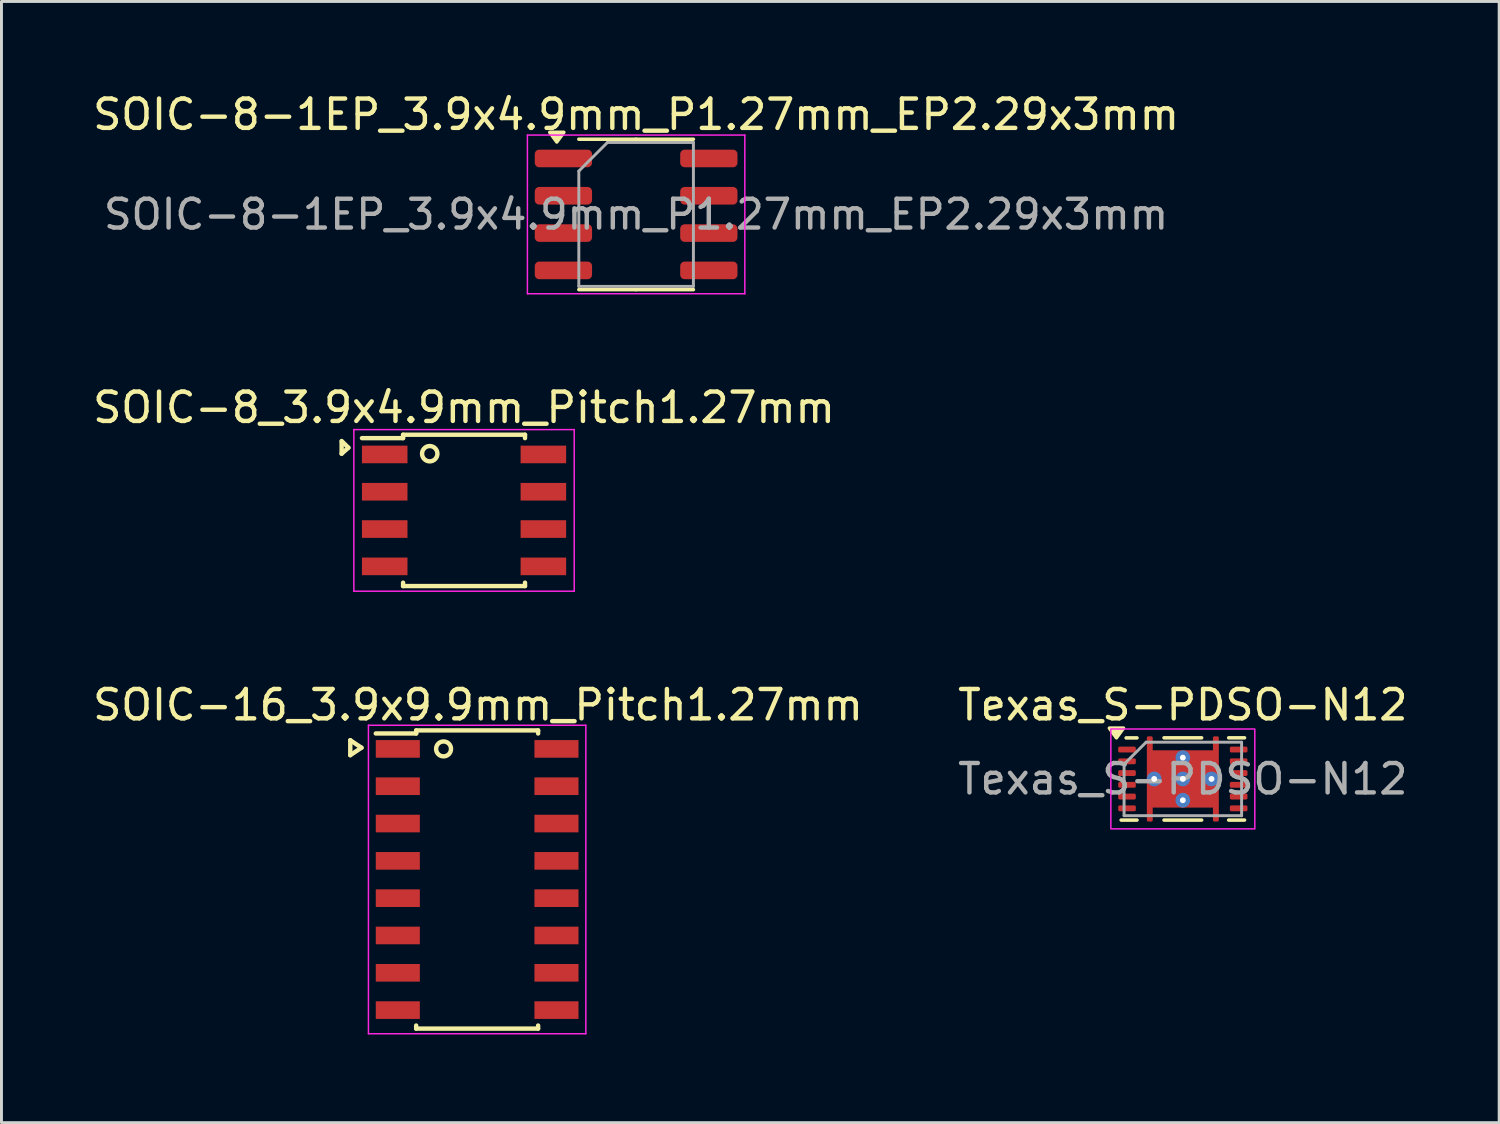
<source format=kicad_pcb>
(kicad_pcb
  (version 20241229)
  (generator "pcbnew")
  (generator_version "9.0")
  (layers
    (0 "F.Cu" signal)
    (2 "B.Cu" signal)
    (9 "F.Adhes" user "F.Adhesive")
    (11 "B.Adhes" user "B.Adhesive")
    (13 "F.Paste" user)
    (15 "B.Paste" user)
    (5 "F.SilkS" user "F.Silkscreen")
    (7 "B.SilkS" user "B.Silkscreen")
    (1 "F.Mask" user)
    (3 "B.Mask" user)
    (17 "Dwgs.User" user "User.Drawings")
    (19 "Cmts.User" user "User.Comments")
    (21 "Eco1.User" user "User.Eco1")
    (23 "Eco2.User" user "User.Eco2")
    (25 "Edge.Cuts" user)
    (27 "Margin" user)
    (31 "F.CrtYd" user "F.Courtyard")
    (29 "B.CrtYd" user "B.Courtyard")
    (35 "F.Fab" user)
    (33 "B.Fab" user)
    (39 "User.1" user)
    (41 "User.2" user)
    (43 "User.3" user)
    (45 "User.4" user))
  (footprint "Texas_S-PDSO-N12"
    (layer "F.Cu")
    (at 37.209 23.462)
    (property "Reference" "Texas_S-PDSO-N12" (at -0.001 -2.517 0) (layer "F.SilkS") (effects (font (size 1 1) (thickness 0.15))))
    (attr smd)
    (fp_line (start -1.56 -1.397) (end -1.93 -1.397) (stroke (width 0.12) (type solid)) (layer "F.SilkS"))
    (fp_line (start -1.56 1.4) (end -2.1 1.4) (stroke (width 0.12) (type solid)) (layer "F.SilkS"))
    (fp_line (start 0.64 -1.4) (end -0.64 -1.4) (stroke (width 0.12) (type solid)) (layer "F.SilkS"))
    (fp_line (start 0.64 1.4) (end -0.64 1.4) (stroke (width 0.12) (type solid)) (layer "F.SilkS"))
    (fp_line (start 1.56 -1.4) (end 2.1 -1.4) (stroke (width 0.12) (type solid)) (layer "F.SilkS"))
    (fp_line (start 1.56 1.4) (end 2.1 1.4) (stroke (width 0.12) (type solid)) (layer "F.SilkS"))
    (fp_poly (pts (xy -2.26 -1.4) (xy -2.5 -1.73) (xy -2.02 -1.73) (xy -2.26 -1.4)) (stroke (width 0.12) (type solid)) (fill yes) (layer "F.SilkS"))
    (fp_rect (start -2.45 -1.7) (end 2.45 1.7) (stroke (width 0.05) (type default)) (fill no) (layer "F.CrtYd"))
    (fp_line (start -2 -0.5) (end -2 1.25) (stroke (width 0.1) (type solid)) (layer "F.Fab"))
    (fp_line (start -2 -0.5) (end -1.25 -1.25) (stroke (width 0.1) (type solid)) (layer "F.Fab"))
    (fp_line (start -2 1.25) (end 2 1.25) (stroke (width 0.1) (type solid)) (layer "F.Fab"))
    (fp_line (start -1.25 -1.25) (end 2 -1.25) (stroke (width 0.1) (type solid)) (layer "F.Fab"))
    (fp_line (start 2 1.25) (end 2 -1.25) (stroke (width 0.1) (type solid)) (layer "F.Fab"))
    (fp_text user "${REFERENCE}" (at -0.001 0.003 0) (layer "F.Fab") (effects (font (size 1 1) (thickness 0.15))))
    (pad "" smd roundrect (at -1.125 -1.262) (size 0.2 0.375) (layers "F.Paste") (roundrect_rratio 0.25))
    (pad "" smd roundrect (at -1.125 1.262) (size 0.2 0.375) (layers "F.Paste") (roundrect_rratio 0.25))
    (pad "" smd roundrect (at -0.64 0) (size 1.08 1.75) (layers "F.Paste") (roundrect_rratio 0.25))
    (pad "" smd roundrect (at 0.64 0) (size 1.08 1.75) (layers "F.Paste") (roundrect_rratio 0.25))
    (pad "" smd roundrect (at 1.125 -1.262) (size 0.2 0.375) (layers "F.Paste") (roundrect_rratio 0.25))
    (pad "" smd roundrect (at 1.125 1.262) (size 0.2 0.375) (layers "F.Paste") (roundrect_rratio 0.25))
    (pad "1" smd roundrect (at -1.9 -1) (size 0.6 0.2) (layers "F.Cu" "F.Mask" "F.Paste") (roundrect_rratio 0.25) (chamfer_ratio 0.2) (chamfer))
    (pad "2" smd roundrect (at -1.9 -0.6) (size 0.6 0.2) (layers "F.Cu" "F.Mask" "F.Paste") (roundrect_rratio 0.25) (chamfer_ratio 0.2) (chamfer))
    (pad "3" smd roundrect (at -1.9 -0.2) (size 0.6 0.2) (layers "F.Cu" "F.Mask" "F.Paste") (roundrect_rratio 0.25) (chamfer_ratio 0.2) (chamfer))
    (pad "4" smd roundrect (at -1.9 0.2) (size 0.6 0.2) (layers "F.Cu" "F.Mask" "F.Paste") (roundrect_rratio 0.25) (chamfer_ratio 0.2) (chamfer))
    (pad "5" smd roundrect (at -1.9 0.6) (size 0.6 0.2) (layers "F.Cu" "F.Mask" "F.Paste") (roundrect_rratio 0.25) (chamfer_ratio 0.2) (chamfer))
    (pad "6" smd roundrect (at -1.9 1) (size 0.6 0.2) (layers "F.Cu" "F.Mask" "F.Paste") (roundrect_rratio 0.25) (chamfer_ratio 0.2) (chamfer))
    (pad "7" smd roundrect (at 1.9 1) (size 0.6 0.2) (layers "F.Cu" "F.Mask" "F.Paste") (roundrect_rratio 0.25) (chamfer_ratio 0.2) (chamfer))
    (pad "8" smd roundrect (at 1.9 0.6) (size 0.6 0.2) (layers "F.Cu" "F.Mask" "F.Paste") (roundrect_rratio 0.25) (chamfer_ratio 0.2) (chamfer))
    (pad "9" smd roundrect (at 1.9 0.2) (size 0.6 0.2) (layers "F.Cu" "F.Mask" "F.Paste") (roundrect_rratio 0.25) (chamfer_ratio 0.2) (chamfer))
    (pad "10" smd roundrect (at 1.9 -0.2) (size 0.6 0.2) (layers "F.Cu" "F.Mask" "F.Paste") (roundrect_rratio 0.25) (chamfer_ratio 0.2) (chamfer))
    (pad "11" smd roundrect (at 1.9 -0.6) (size 0.6 0.2) (layers "F.Cu" "F.Mask" "F.Paste") (roundrect_rratio 0.25) (chamfer_ratio 0.2) (chamfer))
    (pad "12" smd roundrect (at 1.9 -1) (size 0.6 0.2) (layers "F.Cu" "F.Mask" "F.Paste") (roundrect_rratio 0.25) (chamfer_ratio 0.2) (chamfer))
    (pad "13" smd roundrect (at -1.125 -1.188 270) (size 0.525 0.2) (layers "F.Cu" "F.Mask") (roundrect_rratio 0.25))
    (pad "13" smd roundrect (at -1.125 1.188 270) (size 0.525 0.2) (layers "F.Cu" "F.Mask") (roundrect_rratio 0.25))
    (pad "13" thru_hole circle (at -0.975 0) (size 0.5 0.5) (drill 0.2) (property pad_prop_heatsink) (layers "*.Cu"))
    (pad "13" thru_hole circle (at 0 -0.725) (size 0.5 0.5) (drill 0.2) (property pad_prop_heatsink) (layers "*.Cu"))
    (pad "13" thru_hole circle (at 0 0) (size 0.5 0.5) (drill 0.2) (property pad_prop_heatsink) (layers "*.Cu"))
    (pad "13" smd rect (at 0 0 270) (size 1.95 2.45) (layers "F.Cu" "F.Mask"))
    (pad "13" thru_hole circle (at 0 0.725) (size 0.5 0.5) (drill 0.2) (property pad_prop_heatsink) (layers "*.Cu"))
    (pad "13" thru_hole circle (at 0.975 0) (size 0.5 0.5) (drill 0.2) (property pad_prop_heatsink) (layers "*.Cu"))
    (pad "13" smd roundrect (at 1.125 -1.188 270) (size 0.525 0.2) (layers "F.Cu" "F.Mask") (roundrect_rratio 0.25))
    (pad "13" smd roundrect (at 1.125 1.188 270) (size 0.525 0.2) (layers "F.Cu" "F.Mask") (roundrect_rratio 0.25)))
  (footprint "SOIC-8-1EP_3.9x4.9mm_P1.27mm_EP2.29x3mm"
    (layer "F.Cu")
    (at 18.601 4.248)
    (property "Reference" "SOIC-8-1EP_3.9x4.9mm_P1.27mm_EP2.29x3mm" (at 0 -3.4 0) (layer "F.SilkS") (effects (font (size 1 1) (thickness 0.15))))
    (attr smd)
    (fp_line (start 0 -2.56) (end -1.95 -2.56) (stroke (width 0.12) (type solid)) (layer "F.SilkS"))
    (fp_line (start 0 -2.56) (end 1.95 -2.56) (stroke (width 0.12) (type solid)) (layer "F.SilkS"))
    (fp_line (start 0 2.56) (end -1.95 2.56) (stroke (width 0.12) (type solid)) (layer "F.SilkS"))
    (fp_line (start 0 2.56) (end 1.95 2.56) (stroke (width 0.12) (type solid)) (layer "F.SilkS"))
    (fp_poly (pts (xy -2.7 -2.465) (xy -2.94 -2.795) (xy -2.46 -2.795) (xy -2.7 -2.465)) (stroke (width 0.12) (type solid)) (fill yes) (layer "F.SilkS"))
    (fp_line (start -3.7 -2.7) (end -3.7 2.7) (stroke (width 0.05) (type solid)) (layer "F.CrtYd"))
    (fp_line (start -3.7 2.7) (end 3.7 2.7) (stroke (width 0.05) (type solid)) (layer "F.CrtYd"))
    (fp_line (start 3.7 -2.7) (end -3.7 -2.7) (stroke (width 0.05) (type solid)) (layer "F.CrtYd"))
    (fp_line (start 3.7 2.7) (end 3.7 -2.7) (stroke (width 0.05) (type solid)) (layer "F.CrtYd"))
    (fp_line (start -1.95 -1.475) (end -0.975 -2.45) (stroke (width 0.1) (type solid)) (layer "F.Fab"))
    (fp_line (start -1.95 2.45) (end -1.95 -1.475) (stroke (width 0.1) (type solid)) (layer "F.Fab"))
    (fp_line (start -0.975 -2.45) (end 1.95 -2.45) (stroke (width 0.1) (type solid)) (layer "F.Fab"))
    (fp_line (start 1.95 -2.45) (end 1.95 2.45) (stroke (width 0.1) (type solid)) (layer "F.Fab"))
    (fp_line (start 1.95 2.45) (end -1.95 2.45) (stroke (width 0.1) (type solid)) (layer "F.Fab"))
    (fp_text user "${REFERENCE}" (at 0 0 0) (layer "F.Fab") (effects (font (size 0.98 0.98) (thickness 0.15))))
    (pad "1" smd roundrect (at -2.475 -1.905) (size 1.95 0.6) (layers "F.Cu" "F.Mask" "F.Paste") (roundrect_rratio 0.25))
    (pad "2" smd roundrect (at -2.475 -0.635) (size 1.95 0.6) (layers "F.Cu" "F.Mask" "F.Paste") (roundrect_rratio 0.25))
    (pad "3" smd roundrect (at -2.475 0.635) (size 1.95 0.6) (layers "F.Cu" "F.Mask" "F.Paste") (roundrect_rratio 0.25))
    (pad "4" smd roundrect (at -2.475 1.905) (size 1.95 0.6) (layers "F.Cu" "F.Mask" "F.Paste") (roundrect_rratio 0.25))
    (pad "5" smd roundrect (at 2.475 1.905) (size 1.95 0.6) (layers "F.Cu" "F.Mask" "F.Paste") (roundrect_rratio 0.25))
    (pad "6" smd roundrect (at 2.475 0.635) (size 1.95 0.6) (layers "F.Cu" "F.Mask" "F.Paste") (roundrect_rratio 0.25))
    (pad "7" smd roundrect (at 2.475 -0.635) (size 1.95 0.6) (layers "F.Cu" "F.Mask" "F.Paste") (roundrect_rratio 0.25))
    (pad "8" smd roundrect (at 2.475 -1.905) (size 1.95 0.6) (layers "F.Cu" "F.Mask" "F.Paste") (roundrect_rratio 0.25)))
  (footprint "SOIC-16_3.9x9.9mm_Pitch1.27mm"
    (layer "F.Cu")
    (at 13.19 26.885)
    (property "Reference" "SOIC-16_3.9x9.9mm_Pitch1.27mm" (at 0.03 -5.94 0) (layer "F.SilkS") (effects (font (size 1 1) (thickness 0.15))))
    (attr smd)
    (fp_line (start -4.318 -4.74) (end -3.937 -4.486) (stroke (width 0.15) (type solid)) (layer "F.SilkS"))
    (fp_line (start -4.318 -4.232) (end -4.318 -4.74) (stroke (width 0.15) (type solid)) (layer "F.SilkS"))
    (fp_line (start -3.937 -4.486) (end -4.318 -4.232) (stroke (width 0.15) (type solid)) (layer "F.SilkS"))
    (fp_line (start -2.075 -5.075) (end -2.075 -4.97) (stroke (width 0.15) (type solid)) (layer "F.SilkS"))
    (fp_line (start -2.075 -5.075) (end 2.075 -5.075) (stroke (width 0.15) (type solid)) (layer "F.SilkS"))
    (fp_line (start -2.075 -4.97) (end -3.45 -4.97) (stroke (width 0.15) (type solid)) (layer "F.SilkS"))
    (fp_line (start -2.075 5.075) (end -2.075 4.97) (stroke (width 0.15) (type solid)) (layer "F.SilkS"))
    (fp_line (start -2.075 5.075) (end 2.075 5.075) (stroke (width 0.15) (type solid)) (layer "F.SilkS"))
    (fp_line (start 2.075 -5.075) (end 2.075 -4.97) (stroke (width 0.15) (type solid)) (layer "F.SilkS"))
    (fp_line (start 2.075 5.075) (end 2.075 4.97) (stroke (width 0.15) (type solid)) (layer "F.SilkS"))
    (fp_circle (center -1.143 -4.445) (end -1.143 -4.699) (stroke (width 0.15) (type solid)) (fill no) (layer "F.SilkS"))
    (fp_line (start -3.7 -5.25) (end -3.7 5.25) (stroke (width 0.05) (type solid)) (layer "F.CrtYd"))
    (fp_line (start -3.7 -5.25) (end 3.7 -5.25) (stroke (width 0.05) (type solid)) (layer "F.CrtYd"))
    (fp_line (start -3.7 5.25) (end 3.7 5.25) (stroke (width 0.05) (type solid)) (layer "F.CrtYd"))
    (fp_line (start 3.7 -5.25) (end 3.7 5.25) (stroke (width 0.05) (type solid)) (layer "F.CrtYd"))
    (pad "1" smd rect (at -2.7 -4.445) (size 1.5 0.6) (layers "F.Cu" "F.Mask" "F.Paste"))
    (pad "2" smd rect (at -2.7 -3.175) (size 1.5 0.6) (layers "F.Cu" "F.Mask" "F.Paste"))
    (pad "3" smd rect (at -2.7 -1.905) (size 1.5 0.6) (layers "F.Cu" "F.Mask" "F.Paste"))
    (pad "4" smd rect (at -2.7 -0.635) (size 1.5 0.6) (layers "F.Cu" "F.Mask" "F.Paste"))
    (pad "5" smd rect (at -2.7 0.635) (size 1.5 0.6) (layers "F.Cu" "F.Mask" "F.Paste"))
    (pad "6" smd rect (at -2.7 1.905) (size 1.5 0.6) (layers "F.Cu" "F.Mask" "F.Paste"))
    (pad "7" smd rect (at -2.7 3.175) (size 1.5 0.6) (layers "F.Cu" "F.Mask" "F.Paste"))
    (pad "8" smd rect (at -2.7 4.445) (size 1.5 0.6) (layers "F.Cu" "F.Mask" "F.Paste"))
    (pad "9" smd rect (at 2.7 4.445) (size 1.5 0.6) (layers "F.Cu" "F.Mask" "F.Paste"))
    (pad "10" smd rect (at 2.7 3.175) (size 1.5 0.6) (layers "F.Cu" "F.Mask" "F.Paste"))
    (pad "11" smd rect (at 2.7 1.905) (size 1.5 0.6) (layers "F.Cu" "F.Mask" "F.Paste"))
    (pad "12" smd rect (at 2.7 0.635) (size 1.5 0.6) (layers "F.Cu" "F.Mask" "F.Paste"))
    (pad "13" smd rect (at 2.7 -0.635) (size 1.5 0.6) (layers "F.Cu" "F.Mask" "F.Paste"))
    (pad "14" smd rect (at 2.7 -1.905) (size 1.5 0.6) (layers "F.Cu" "F.Mask" "F.Paste"))
    (pad "15" smd rect (at 2.7 -3.175) (size 1.5 0.6) (layers "F.Cu" "F.Mask" "F.Paste"))
    (pad "16" smd rect (at 2.7 -4.445) (size 1.5 0.6) (layers "F.Cu" "F.Mask" "F.Paste")))
  (footprint "SOIC-8_3.9x4.9mm_Pitch1.27mm"
    (layer "F.Cu")
    (at 12.744 14.322)
    (property "Reference" "SOIC-8_3.9x4.9mm_Pitch1.27mm" (at 0 -3.5 0) (layer "F.SilkS") (effects (font (size 1 1) (thickness 0.15))))
    (attr smd)
    (fp_line (start -4.166 -2.362) (end -3.937 -2.134) (stroke (width 0.15) (type solid)) (layer "F.SilkS"))
    (fp_line (start -4.166 -1.93) (end -4.166 -2.337) (stroke (width 0.15) (type solid)) (layer "F.SilkS"))
    (fp_line (start -3.937 -2.134) (end -4.166 -1.93) (stroke (width 0.15) (type solid)) (layer "F.SilkS"))
    (fp_line (start -2.075 -2.575) (end -2.075 -2.46) (stroke (width 0.15) (type solid)) (layer "F.SilkS"))
    (fp_line (start -2.075 -2.575) (end 2.075 -2.575) (stroke (width 0.15) (type solid)) (layer "F.SilkS"))
    (fp_line (start -2.075 -2.46) (end -3.475 -2.46) (stroke (width 0.15) (type solid)) (layer "F.SilkS"))
    (fp_line (start -2.075 2.575) (end -2.075 2.46) (stroke (width 0.15) (type solid)) (layer "F.SilkS"))
    (fp_line (start -2.075 2.575) (end 2.075 2.575) (stroke (width 0.15) (type solid)) (layer "F.SilkS"))
    (fp_line (start 2.075 -2.575) (end 2.075 -2.46) (stroke (width 0.15) (type solid)) (layer "F.SilkS"))
    (fp_line (start 2.075 2.575) (end 2.075 2.46) (stroke (width 0.15) (type solid)) (layer "F.SilkS"))
    (fp_circle (center -1.168 -1.93) (end -0.94 -1.803) (stroke (width 0.15) (type solid)) (fill no) (layer "F.SilkS"))
    (fp_line (start -3.75 -2.75) (end -3.75 2.75) (stroke (width 0.05) (type solid)) (layer "F.CrtYd"))
    (fp_line (start -3.75 -2.75) (end 3.75 -2.75) (stroke (width 0.05) (type solid)) (layer "F.CrtYd"))
    (fp_line (start -3.75 2.75) (end 3.75 2.75) (stroke (width 0.05) (type solid)) (layer "F.CrtYd"))
    (fp_line (start 3.75 -2.75) (end 3.75 2.75) (stroke (width 0.05) (type solid)) (layer "F.CrtYd"))
    (pad "1" smd rect (at -2.7 -1.905) (size 1.55 0.6) (layers "F.Cu" "F.Mask" "F.Paste"))
    (pad "2" smd rect (at -2.7 -0.635) (size 1.55 0.6) (layers "F.Cu" "F.Mask" "F.Paste"))
    (pad "3" smd rect (at -2.7 0.635) (size 1.55 0.6) (layers "F.Cu" "F.Mask" "F.Paste"))
    (pad "4" smd rect (at -2.7 1.905) (size 1.55 0.6) (layers "F.Cu" "F.Mask" "F.Paste"))
    (pad "5" smd rect (at 2.7 1.905) (size 1.55 0.6) (layers "F.Cu" "F.Mask" "F.Paste"))
    (pad "6" smd rect (at 2.7 0.635) (size 1.55 0.6) (layers "F.Cu" "F.Mask" "F.Paste"))
    (pad "7" smd rect (at 2.7 -0.635) (size 1.55 0.6) (layers "F.Cu" "F.Mask" "F.Paste"))
    (pad "8" smd rect (at 2.7 -1.905) (size 1.55 0.6) (layers "F.Cu" "F.Mask" "F.Paste")))
  (gr_rect
    (start -3 -3)
    (end 47.976 35.16)
    (stroke (width 0.1) (type default))
    (fill no)
    (layer "Edge.Cuts")))
</source>
